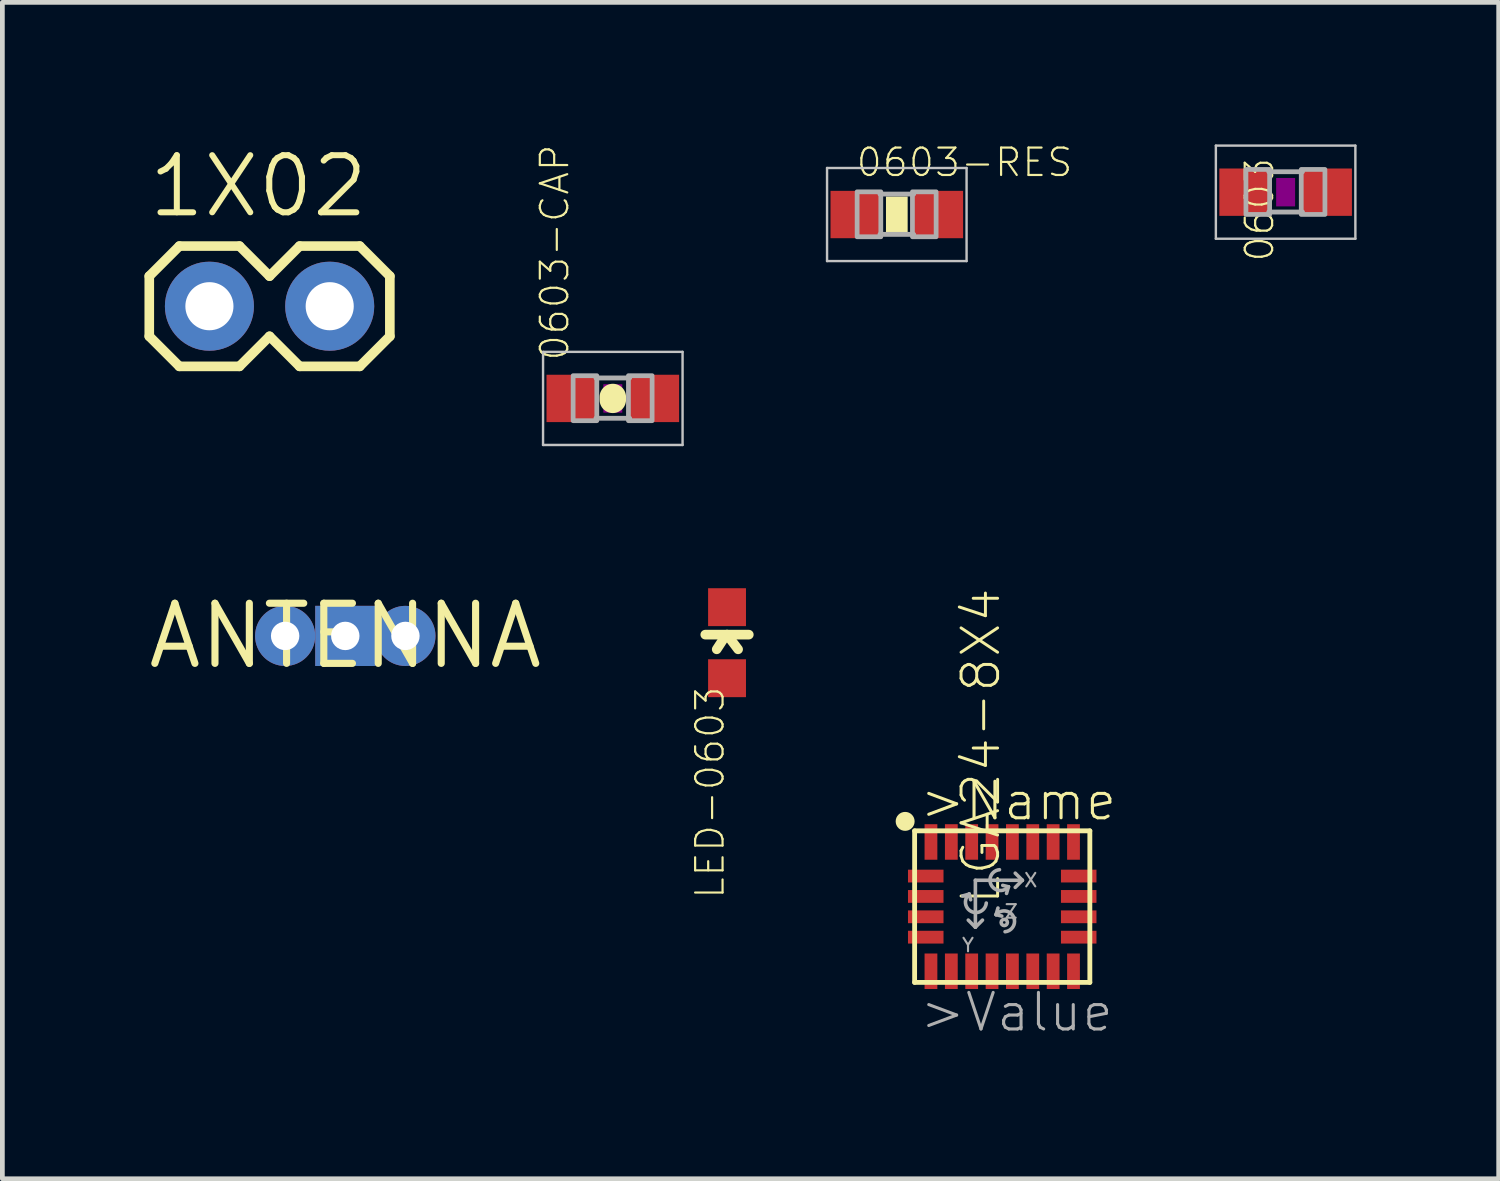
<source format=kicad_pcb>
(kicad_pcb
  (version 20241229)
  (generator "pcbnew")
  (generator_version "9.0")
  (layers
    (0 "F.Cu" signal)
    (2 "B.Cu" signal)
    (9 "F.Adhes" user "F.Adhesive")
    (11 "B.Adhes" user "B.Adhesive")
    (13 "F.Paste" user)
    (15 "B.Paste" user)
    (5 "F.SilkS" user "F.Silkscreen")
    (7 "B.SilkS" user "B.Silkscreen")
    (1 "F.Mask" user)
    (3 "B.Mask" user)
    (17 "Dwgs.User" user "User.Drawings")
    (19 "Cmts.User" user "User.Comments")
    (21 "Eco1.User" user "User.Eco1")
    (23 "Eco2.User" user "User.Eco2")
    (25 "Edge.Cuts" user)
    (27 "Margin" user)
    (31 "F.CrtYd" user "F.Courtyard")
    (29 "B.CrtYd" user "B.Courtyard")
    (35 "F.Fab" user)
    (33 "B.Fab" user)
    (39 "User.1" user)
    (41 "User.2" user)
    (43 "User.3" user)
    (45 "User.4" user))
  (footprint "0603-CAP"
    (layer "F.Cu")
    (at 9.89 5.363)
    (property "Reference" "0603-CAP" (at -0.889 -0.762 90) (layer "F.SilkS") (effects (font (size 0.579 0.579) (thickness 0.046)) (justify left bottom)))
    (attr through_hole)
    (fp_line (start 0 -0.03) (end 0 0.03) (stroke (width 0.559) (type solid)) (layer "F.SilkS"))
    (fp_poly (pts (xy -0.2 0.3) (xy 0.2 0.3) (xy 0.2 -0.3) (xy -0.2 -0.3)) (stroke (width 0) (type solid)) (fill yes) (layer "F.Adhes"))
    (fp_line (start -1.473 -0.983) (end 1.473 -0.983) (stroke (width 0.051) (type solid)) (layer "Dwgs.User"))
    (fp_line (start -1.473 0.983) (end -1.473 -0.983) (stroke (width 0.051) (type solid)) (layer "Dwgs.User"))
    (fp_line (start 1.473 -0.983) (end 1.473 0.983) (stroke (width 0.051) (type solid)) (layer "Dwgs.User"))
    (fp_line (start 1.473 0.983) (end -1.473 0.983) (stroke (width 0.051) (type solid)) (layer "Dwgs.User"))
    (fp_line (start -0.356 -0.432) (end 0.356 -0.432) (stroke (width 0.102) (type solid)) (layer "F.Fab"))
    (fp_line (start -0.356 0.419) (end 0.356 0.419) (stroke (width 0.102) (type solid)) (layer "F.Fab"))
    (fp_poly (pts (xy -0.838 0.47) (xy -0.338 0.47) (xy -0.338 -0.48) (xy -0.838 -0.48)) (stroke (width 0.1) (type solid)) (fill no) (layer "F.Fab"))
    (fp_poly (pts (xy 0.33 0.47) (xy 0.83 0.47) (xy 0.83 -0.48) (xy 0.33 -0.48)) (stroke (width 0.1) (type solid)) (fill no) (layer "F.Fab"))
    (pad "1" smd rect (at -0.85 0) (size 1.1 1) (layers "F.Cu" "F.Mask" "F.Paste"))
    (pad "2" smd rect (at 0.85 0) (size 1.1 1) (layers "F.Cu" "F.Mask" "F.Paste")))
  (footprint "1X02"
    (layer "F.Cu")
    (at 1.372 3.416)
    (property "Reference" "1X02" (at -1.346 -1.829 0) (layer "F.SilkS") (effects (font (size 1.206 1.206) (thickness 0.127)) (justify left bottom)))
    (attr through_hole)
    (fp_line (start -1.27 -0.635) (end -1.27 0.635) (stroke (width 0.203) (type solid)) (layer "F.SilkS"))
    (fp_line (start -1.27 0.635) (end -0.635 1.27) (stroke (width 0.203) (type solid)) (layer "F.SilkS"))
    (fp_line (start -0.635 -1.27) (end -1.27 -0.635) (stroke (width 0.203) (type solid)) (layer "F.SilkS"))
    (fp_line (start -0.635 -1.27) (end 0.635 -1.27) (stroke (width 0.203) (type solid)) (layer "F.SilkS"))
    (fp_line (start 0.635 -1.27) (end 1.27 -0.635) (stroke (width 0.203) (type solid)) (layer "F.SilkS"))
    (fp_line (start 0.635 1.27) (end -0.635 1.27) (stroke (width 0.203) (type solid)) (layer "F.SilkS"))
    (fp_line (start 1.27 -0.635) (end 1.905 -1.27) (stroke (width 0.203) (type solid)) (layer "F.SilkS"))
    (fp_line (start 1.27 0.635) (end 0.635 1.27) (stroke (width 0.203) (type solid)) (layer "F.SilkS"))
    (fp_line (start 1.905 -1.27) (end 3.175 -1.27) (stroke (width 0.203) (type solid)) (layer "F.SilkS"))
    (fp_line (start 1.905 1.27) (end 1.27 0.635) (stroke (width 0.203) (type solid)) (layer "F.SilkS"))
    (fp_line (start 3.175 -1.27) (end 3.81 -0.635) (stroke (width 0.203) (type solid)) (layer "F.SilkS"))
    (fp_line (start 3.175 1.27) (end 1.905 1.27) (stroke (width 0.203) (type solid)) (layer "F.SilkS"))
    (fp_line (start 3.81 -0.635) (end 3.81 0.635) (stroke (width 0.203) (type solid)) (layer "F.SilkS"))
    (fp_line (start 3.81 0.635) (end 3.175 1.27) (stroke (width 0.203) (type solid)) (layer "F.SilkS"))
    (fp_poly (pts (xy -0.254 0.254) (xy 0.254 0.254) (xy 0.254 -0.254) (xy -0.254 -0.254)) (stroke (width 0.1) (type solid)) (fill no) (layer "F.Fab"))
    (fp_poly (pts (xy 2.286 0.254) (xy 2.794 0.254) (xy 2.794 -0.254) (xy 2.286 -0.254)) (stroke (width 0.1) (type solid)) (fill no) (layer "F.Fab"))
    (pad "1" thru_hole circle (at 0 0 90) (size 1.88 1.88) (drill 1.016) (layers "*.Cu" "*.Mask"))
    (pad "2" thru_hole circle (at 2.54 0 90) (size 1.88 1.88) (drill 1.016) (layers "*.Cu" "*.Mask")))
  (footprint "LGA24-8X4"
    (layer "F.Cu")
    (at 18.113 16.094)
    (property "Reference" "LGA24-8X4" (at 0 0 270) (layer "F.SilkS") (effects (font (size 0.772 0.772) (thickness 0.062)) (justify left bottom)))
    (attr through_hole)
    (fp_line (start -1.85 -1.6) (end 1.85 -1.6) (stroke (width 0.102) (type solid)) (layer "F.SilkS"))
    (fp_line (start -1.85 1.6) (end -1.85 -1.6) (stroke (width 0.102) (type solid)) (layer "F.SilkS"))
    (fp_line (start 1.85 -1.6) (end 1.85 1.6) (stroke (width 0.102) (type solid)) (layer "F.SilkS"))
    (fp_line (start 1.85 1.6) (end -1.85 1.6) (stroke (width 0.102) (type solid)) (layer "F.SilkS"))
    (fp_circle (center -2.05 -1.8) (end -1.85 -1.8) (stroke (width 0) (type solid)) (fill yes) (layer "F.SilkS"))
    (fp_line (start -0.697 -0.265) (end -0.837 -0.225) (stroke (width 0.076) (type solid)) (layer "F.Fab"))
    (fp_line (start -0.697 -0.265) (end -0.667 -0.145) (stroke (width 0.076) (type solid)) (layer "F.Fab"))
    (fp_line (start -0.567 0.432) (end -0.567 -0.556) (stroke (width 0.076) (type solid)) (layer "F.Fab"))
    (fp_line (start -0.567 0.435) (end -0.717 0.285) (stroke (width 0.076) (type solid)) (layer "F.Fab"))
    (fp_line (start -0.567 0.435) (end -0.417 0.285) (stroke (width 0.076) (type solid)) (layer "F.Fab"))
    (fp_line (start -0.13 0.17) (end -0.09 0.03) (stroke (width 0.076) (type solid)) (layer "F.Fab"))
    (fp_line (start -0.13 0.17) (end -0.01 0.2) (stroke (width 0.076) (type solid)) (layer "F.Fab"))
    (fp_line (start 0.131 -0.419) (end 0.011 -0.449) (stroke (width 0.076) (type solid)) (layer "F.Fab"))
    (fp_line (start 0.131 -0.419) (end 0.091 -0.279) (stroke (width 0.076) (type solid)) (layer "F.Fab"))
    (fp_line (start 0.425 -0.556) (end -0.567 -0.556) (stroke (width 0.076) (type solid)) (layer "F.Fab"))
    (fp_line (start 0.425 -0.556) (end 0.275 -0.706) (stroke (width 0.076) (type solid)) (layer "F.Fab"))
    (fp_line (start 0.425 -0.556) (end 0.275 -0.406) (stroke (width 0.076) (type solid)) (layer "F.Fab"))
    (fp_arc (start -0.337 -0.075) (mid -0.659177 0.09939) (end -0.697 -0.264999) (stroke (width 0.0762) (type solid)) (layer "F.Fab"))
    (fp_arc (start -0.130001 0.169999) (mid 0.234389 0.207821) (end 0.06 0.53) (stroke (width 0.0762) (type solid)) (layer "F.Fab"))
    (fp_arc (start 0.131401 -0.419399) (mid -0.232989 -0.457221) (end -0.0586 -0.7794) (stroke (width 0.0762) (type solid)) (layer "F.Fab"))
    (fp_circle (center 0.043 0.334) (end 0.071 0.334) (stroke (width 0.076) (type solid)) (fill no) (layer "F.Fab"))
    (fp_text user ">Name" (at -1.778 -1.778 0) (layer "F.SilkS") (effects (font (size 0.772 0.772) (thickness 0.065)) (justify left bottom)))
    (fp_text user ">Value" (at -1.778 1.778 0) (layer "F.Fab") (effects (font (size 0.772 0.772) (thickness 0.065)) (justify left top)))
    (fp_text user "X" (at 0.603 -0.557 0) (layer "F.Fab") (effects (font (size 0.285 0.285) (thickness 0.045))))
    (fp_text user "Z" (at 0.354 -0.063 0) (layer "F.Fab") (effects (font (size 0.285 0.285) (thickness 0.045)) (justify right top)))
    (fp_text user "Y" (at -0.571 0.647 0) (layer "F.Fab") (effects (font (size 0.285 0.285) (thickness 0.045)) (justify right top)))
    (pad "1" smd rect (at -1.505 -1.365 90) (size 0.75 0.27) (layers "F.Cu" "F.Mask" "F.Paste"))
    (pad "2" smd rect (at -1.615 -0.645 180) (size 0.75 0.27) (layers "F.Cu" "F.Mask" "F.Paste"))
    (pad "3" smd rect (at -1.615 -0.215 180) (size 0.75 0.27) (layers "F.Cu" "F.Mask" "F.Paste"))
    (pad "4" smd rect (at -1.615 0.215 180) (size 0.75 0.27) (layers "F.Cu" "F.Mask" "F.Paste"))
    (pad "5" smd rect (at -1.615 0.645 180) (size 0.75 0.27) (layers "F.Cu" "F.Mask" "F.Paste"))
    (pad "6" smd rect (at -1.505 1.365 270) (size 0.75 0.27) (layers "F.Cu" "F.Mask" "F.Paste"))
    (pad "7" smd rect (at -1.075 1.365 270) (size 0.75 0.27) (layers "F.Cu" "F.Mask" "F.Paste"))
    (pad "8" smd rect (at -0.645 1.365 270) (size 0.75 0.27) (layers "F.Cu" "F.Mask" "F.Paste"))
    (pad "9" smd rect (at -0.215 1.365 270) (size 0.75 0.27) (layers "F.Cu" "F.Mask" "F.Paste"))
    (pad "10" smd rect (at 0.215 1.365 270) (size 0.75 0.27) (layers "F.Cu" "F.Mask" "F.Paste"))
    (pad "11" smd rect (at 0.645 1.365 270) (size 0.75 0.27) (layers "F.Cu" "F.Mask" "F.Paste"))
    (pad "12" smd rect (at 1.075 1.365 270) (size 0.75 0.27) (layers "F.Cu" "F.Mask" "F.Paste"))
    (pad "13" smd rect (at 1.505 1.365 270) (size 0.75 0.27) (layers "F.Cu" "F.Mask" "F.Paste"))
    (pad "14" smd rect (at 1.615 0.645) (size 0.75 0.27) (layers "F.Cu" "F.Mask" "F.Paste"))
    (pad "15" smd rect (at 1.615 0.215) (size 0.75 0.27) (layers "F.Cu" "F.Mask" "F.Paste"))
    (pad "16" smd rect (at 1.615 -0.215) (size 0.75 0.27) (layers "F.Cu" "F.Mask" "F.Paste"))
    (pad "17" smd rect (at 1.615 -0.645) (size 0.75 0.27) (layers "F.Cu" "F.Mask" "F.Paste"))
    (pad "18" smd rect (at 1.505 -1.365 90) (size 0.75 0.27) (layers "F.Cu" "F.Mask" "F.Paste"))
    (pad "19" smd rect (at 1.075 -1.365 90) (size 0.75 0.27) (layers "F.Cu" "F.Mask" "F.Paste"))
    (pad "20" smd rect (at 0.645 -1.365 90) (size 0.75 0.27) (layers "F.Cu" "F.Mask" "F.Paste"))
    (pad "21" smd rect (at 0.215 -1.365 90) (size 0.75 0.27) (layers "F.Cu" "F.Mask" "F.Paste"))
    (pad "22" smd rect (at -0.215 -1.365 90) (size 0.75 0.27) (layers "F.Cu" "F.Mask" "F.Paste"))
    (pad "23" smd rect (at -0.645 -1.365 90) (size 0.75 0.27) (layers "F.Cu" "F.Mask" "F.Paste"))
    (pad "24" smd rect (at -1.075 -1.365 90) (size 0.75 0.27) (layers "F.Cu" "F.Mask" "F.Paste")))
  (footprint "ANTENNA"
    (layer "F.Cu")
    (at 4.241 10.378)
    (property "Reference" "ANTENNA" (at 0 0 0) (layer "F.SilkS") (effects (font (size 1.27 1.27) (thickness 0.15))))
    (attr through_hole)
    (pad "IN1" thru_hole rect (at 0 0 180) (size 1.27 1.27) (drill 0.6) (layers "*.Cu" "*.Mask"))
    (pad "IN2" thru_hole circle (at 1.27 0 180) (size 1.27 1.27) (drill 0.6) (layers "*.Cu" "*.Mask"))
    (pad "IN3" thru_hole circle (at -1.27 0) (size 1.27 1.27) (drill 0.6) (layers "*.Cu" "*.Mask")))
  (footprint "0603-RES"
    (layer "F.Cu")
    (at 15.887 1.48)
    (property "Reference" "0603-RES" (at -0.889 -0.762 0) (layer "F.SilkS") (effects (font (size 0.579 0.579) (thickness 0.046)) (justify left bottom)))
    (attr through_hole)
    (fp_poly (pts (xy -0.229 0.381) (xy 0.229 0.381) (xy 0.229 -0.381) (xy -0.229 -0.381)) (stroke (width 0) (type solid)) (fill yes) (layer "F.SilkS"))
    (fp_poly (pts (xy -0.2 0.3) (xy 0.2 0.3) (xy 0.2 -0.3) (xy -0.2 -0.3)) (stroke (width 0) (type solid)) (fill yes) (layer "F.Adhes"))
    (fp_line (start -1.473 -0.983) (end 1.473 -0.983) (stroke (width 0.051) (type solid)) (layer "Dwgs.User"))
    (fp_line (start -1.473 0.983) (end -1.473 -0.983) (stroke (width 0.051) (type solid)) (layer "Dwgs.User"))
    (fp_line (start 1.473 -0.983) (end 1.473 0.983) (stroke (width 0.051) (type solid)) (layer "Dwgs.User"))
    (fp_line (start 1.473 0.983) (end -1.473 0.983) (stroke (width 0.051) (type solid)) (layer "Dwgs.User"))
    (fp_line (start -0.356 -0.432) (end 0.356 -0.432) (stroke (width 0.102) (type solid)) (layer "F.Fab"))
    (fp_line (start -0.356 0.419) (end 0.356 0.419) (stroke (width 0.102) (type solid)) (layer "F.Fab"))
    (fp_poly (pts (xy -0.838 0.47) (xy -0.338 0.47) (xy -0.338 -0.48) (xy -0.838 -0.48)) (stroke (width 0.1) (type solid)) (fill no) (layer "F.Fab"))
    (fp_poly (pts (xy 0.33 0.47) (xy 0.83 0.47) (xy 0.83 -0.48) (xy 0.33 -0.48)) (stroke (width 0.1) (type solid)) (fill no) (layer "F.Fab"))
    (pad "1" smd rect (at -0.85 0) (size 1.1 1) (layers "F.Cu" "F.Mask" "F.Paste"))
    (pad "2" smd rect (at 0.85 0) (size 1.1 1) (layers "F.Cu" "F.Mask" "F.Paste")))
  (footprint "0603"
    (layer "F.Cu")
    (at 24.097 1.008)
    (property "Reference" "0603" (at -0.889 -0.762 90) (layer "F.SilkS") (effects (font (size 0.579 0.579) (thickness 0.046)) (justify right top)))
    (attr through_hole)
    (fp_poly (pts (xy -0.2 0.3) (xy 0.2 0.3) (xy 0.2 -0.3) (xy -0.2 -0.3)) (stroke (width 0) (type solid)) (fill yes) (layer "F.Adhes"))
    (fp_line (start -1.473 -0.983) (end 1.473 -0.983) (stroke (width 0.051) (type solid)) (layer "Dwgs.User"))
    (fp_line (start -1.473 0.983) (end -1.473 -0.983) (stroke (width 0.051) (type solid)) (layer "Dwgs.User"))
    (fp_line (start 1.473 -0.983) (end 1.473 0.983) (stroke (width 0.051) (type solid)) (layer "Dwgs.User"))
    (fp_line (start 1.473 0.983) (end -1.473 0.983) (stroke (width 0.051) (type solid)) (layer "Dwgs.User"))
    (fp_line (start -0.356 -0.432) (end 0.356 -0.432) (stroke (width 0.102) (type solid)) (layer "F.Fab"))
    (fp_line (start -0.356 0.419) (end 0.356 0.419) (stroke (width 0.102) (type solid)) (layer "F.Fab"))
    (fp_poly (pts (xy -0.838 0.47) (xy -0.338 0.47) (xy -0.338 -0.48) (xy -0.838 -0.48)) (stroke (width 0.1) (type solid)) (fill no) (layer "F.Fab"))
    (fp_poly (pts (xy 0.33 0.47) (xy 0.83 0.47) (xy 0.83 -0.48) (xy 0.33 -0.48)) (stroke (width 0.1) (type solid)) (fill no) (layer "F.Fab"))
    (pad "1" smd rect (at -0.85 0) (size 1.1 1) (layers "F.Cu" "F.Mask" "F.Paste"))
    (pad "2" smd rect (at 0.85 0) (size 1.1 1) (layers "F.Cu" "F.Mask" "F.Paste")))
  (footprint "LED-0603"
    (layer "F.Cu")
    (at 12.302 10.521)
    (property "Reference" "LED-0603" (at -0.699 0.889 270) (layer "F.SilkS") (effects (font (size 0.579 0.579) (thickness 0.046)) (justify right top)))
    (attr through_hole)
    (fp_line (start -0.46 -0.17) (end 0 -0.17) (stroke (width 0.203) (type solid)) (layer "F.SilkS"))
    (fp_line (start -0.025 -0.155) (end -0.218 0.14) (stroke (width 0.203) (type solid)) (layer "F.SilkS"))
    (fp_line (start 0 -0.17) (end 0.234 0.14) (stroke (width 0.203) (type solid)) (layer "F.SilkS"))
    (fp_line (start 0.46 -0.17) (end 0 -0.17) (stroke (width 0.203) (type solid)) (layer "F.SilkS"))
    (pad "A" smd rect (at 0 0.75) (size 0.8 0.8) (layers "F.Cu" "F.Mask" "F.Paste"))
    (pad "C" smd rect (at 0 -0.75) (size 0.8 0.8) (layers "F.Cu" "F.Mask" "F.Paste")))
  (gr_rect
    (start -3 -3)
    (end 28.596 21.84)
    (stroke (width 0.1) (type default))
    (fill no)
    (layer "Edge.Cuts")))
</source>
